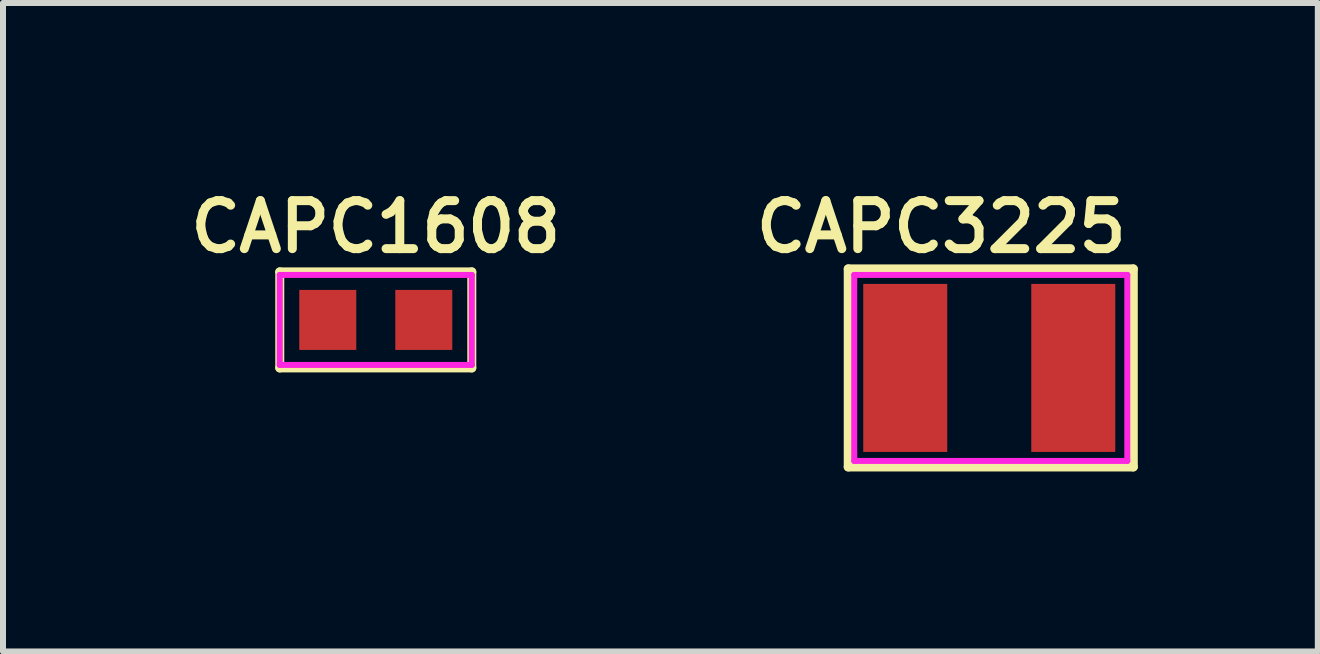
<source format=kicad_pcb>
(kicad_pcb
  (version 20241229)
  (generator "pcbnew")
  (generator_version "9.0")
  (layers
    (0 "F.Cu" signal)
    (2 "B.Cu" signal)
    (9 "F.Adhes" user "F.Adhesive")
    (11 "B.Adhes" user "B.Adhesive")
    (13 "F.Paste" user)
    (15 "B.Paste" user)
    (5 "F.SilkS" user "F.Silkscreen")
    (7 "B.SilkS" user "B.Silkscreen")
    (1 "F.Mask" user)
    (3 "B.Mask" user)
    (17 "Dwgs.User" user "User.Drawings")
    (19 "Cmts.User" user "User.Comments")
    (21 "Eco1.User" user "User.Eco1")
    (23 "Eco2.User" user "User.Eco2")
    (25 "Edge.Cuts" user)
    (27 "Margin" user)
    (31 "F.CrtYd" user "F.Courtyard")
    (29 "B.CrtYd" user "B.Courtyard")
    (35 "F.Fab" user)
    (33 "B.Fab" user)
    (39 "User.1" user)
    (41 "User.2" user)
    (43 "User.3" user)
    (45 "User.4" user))
  (footprint "CAPC1608"
    (layer "F.Cu")
    (at 3.212 2.281)
    (property "Reference" "CAPC1608" (at 0 -1.55 0) (layer "F.SilkS") (effects (font (size 0.8 0.8) (thickness 0.15))))
    (attr smd)
    (fp_line (start -1.6 -0.8) (end 1.6 -0.8) (stroke (width 0.15) (type solid)) (layer "F.SilkS"))
    (fp_line (start -1.6 0.8) (end -1.6 -0.8) (stroke (width 0.15) (type solid)) (layer "F.SilkS"))
    (fp_line (start 1.6 -0.8) (end 1.6 0.8) (stroke (width 0.15) (type solid)) (layer "F.SilkS"))
    (fp_line (start 1.6 0.8) (end -1.6 0.8) (stroke (width 0.15) (type solid)) (layer "F.SilkS"))
    (fp_line (start -1.6 -0.75) (end 1.6 -0.75) (stroke (width 0.1) (type solid)) (layer "F.CrtYd"))
    (fp_line (start -1.6 0.75) (end -1.6 -0.75) (stroke (width 0.1) (type solid)) (layer "F.CrtYd"))
    (fp_line (start 1.6 -0.75) (end 1.6 0.75) (stroke (width 0.1) (type solid)) (layer "F.CrtYd"))
    (fp_line (start 1.6 0.75) (end -1.6 0.75) (stroke (width 0.1) (type solid)) (layer "F.CrtYd"))
    (pad "1" smd rect (at -0.8 0) (size 0.95 1) (layers "F.Cu" "F.Mask" "F.Paste"))
    (pad "2" smd rect (at 0.8 0) (size 0.95 1) (layers "F.Cu" "F.Mask" "F.Paste")))
  (footprint "CAPC3225"
    (layer "F.Cu")
    (at 13.435 3.081)
    (property "Reference" "CAPC3225" (at -0.8 -2.35 0) (layer "F.SilkS") (effects (font (size 0.8 0.8) (thickness 0.15))))
    (attr smd)
    (fp_line (start -2.35 -1.65) (end 2.4 -1.65) (stroke (width 0.15) (type solid)) (layer "F.SilkS"))
    (fp_line (start -2.35 1.65) (end -2.35 -1.65) (stroke (width 0.15) (type solid)) (layer "F.SilkS"))
    (fp_line (start 2.4 -1.65) (end 2.4 1.65) (stroke (width 0.15) (type solid)) (layer "F.SilkS"))
    (fp_line (start 2.4 1.65) (end -2.35 1.65) (stroke (width 0.15) (type solid)) (layer "F.SilkS"))
    (fp_line (start -2.25 -1.55) (end 2.3 -1.55) (stroke (width 0.1) (type solid)) (layer "F.CrtYd"))
    (fp_line (start -2.25 1.55) (end -2.25 -1.55) (stroke (width 0.1) (type solid)) (layer "F.CrtYd"))
    (fp_line (start 2.3 -1.55) (end 2.3 1.55) (stroke (width 0.1) (type solid)) (layer "F.CrtYd"))
    (fp_line (start 2.3 1.55) (end -2.25 1.55) (stroke (width 0.1) (type solid)) (layer "F.CrtYd"))
    (pad "1" smd rect (at -1.4 0) (size 1.4 2.8) (layers "F.Cu" "F.Mask" "F.Paste"))
    (pad "2" smd rect (at 1.4 0) (size 1.4 2.8) (layers "F.Cu" "F.Mask" "F.Paste")))
  (gr_rect
    (start -3 -3)
    (end 18.91 7.806)
    (stroke (width 0.1) (type default))
    (fill no)
    (layer "Edge.Cuts")))
</source>
